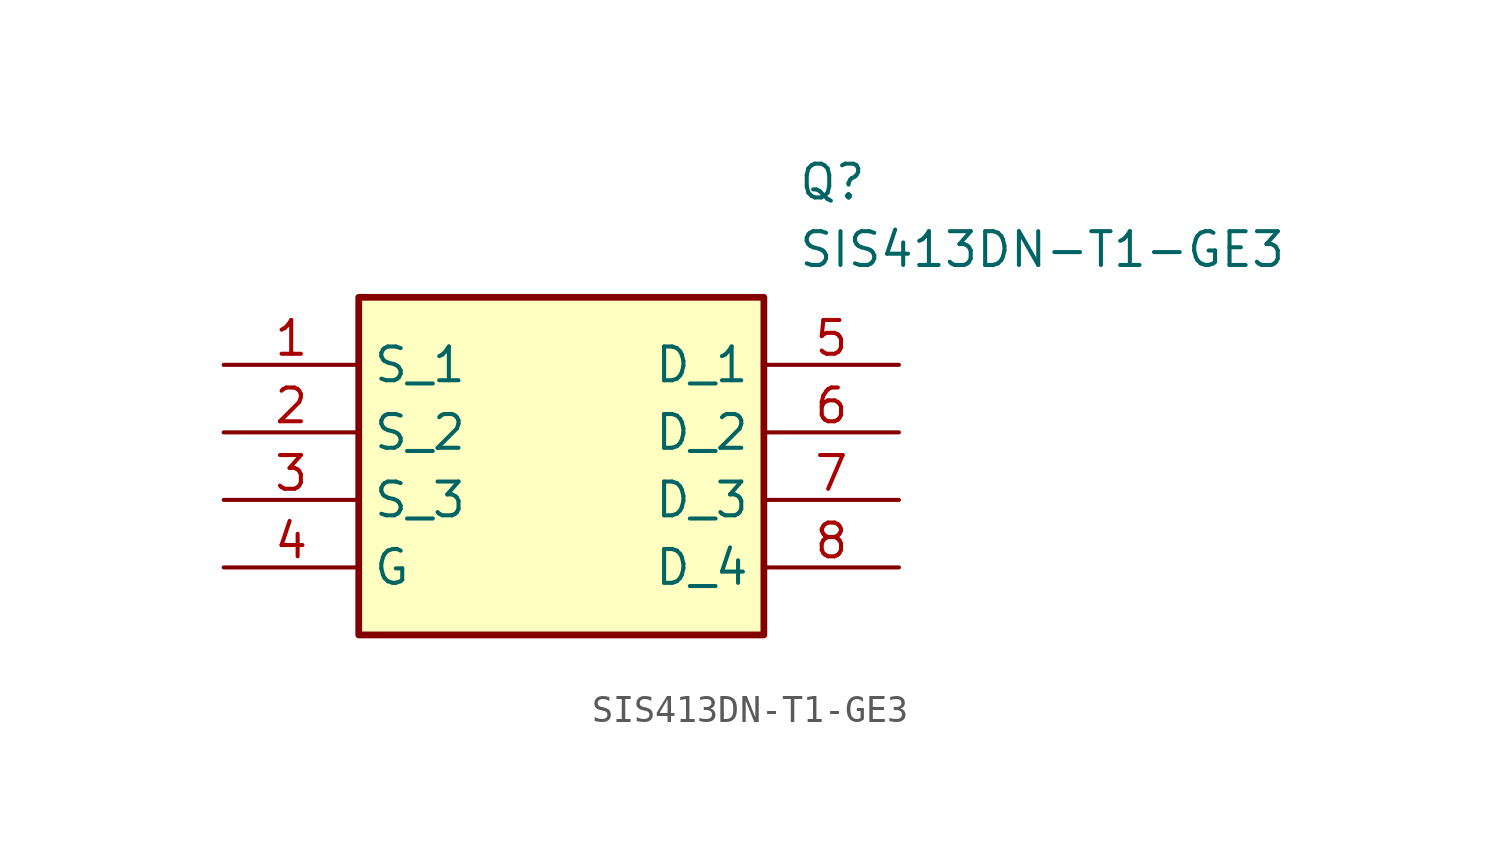
<source format=kicad_sym>
(kicad_symbol_lib
  (version 20211014)
  (generator SamacSys_ECAD_Model)
  (symbol "SIS413DN-T1-GE3"
    (property "Reference" "Q"
      (at 21.59 7.62 0)
      (effects (font (size 1.27 1.27)) (justify left top)))
    (property "Value" "SIS413DN-T1-GE3"
      (at 21.59 5.08 0)
      (effects (font (size 1.27 1.27)) (justify left top)))
    (rectangle
      (start 5.08 2.54)
      (end 20.32 -10.16)
      (stroke (width 0.254) (type default))
      (fill (type background)))
    (pin passive line
      (at 0 0 0)
      (length 5.08)
      (name "S_1" (effects (font (size 1.27 1.27))))
      (number "1" (effects (font (size 1.27 1.27)))))
    (pin passive line
      (at 0 -2.54 0)
      (length 5.08)
      (name "S_2" (effects (font (size 1.27 1.27))))
      (number "2" (effects (font (size 1.27 1.27)))))
    (pin passive line
      (at 0 -5.08 0)
      (length 5.08)
      (name "S_3" (effects (font (size 1.27 1.27))))
      (number "3" (effects (font (size 1.27 1.27)))))
    (pin passive line
      (at 0 -7.62 0)
      (length 5.08)
      (name "G" (effects (font (size 1.27 1.27))))
      (number "4" (effects (font (size 1.27 1.27)))))
    (pin passive line
      (at 25.4 0 180)
      (length 5.08)
      (name "D_1" (effects (font (size 1.27 1.27))))
      (number "5" (effects (font (size 1.27 1.27)))))
    (pin passive line
      (at 25.4 -2.54 180)
      (length 5.08)
      (name "D_2" (effects (font (size 1.27 1.27))))
      (number "6" (effects (font (size 1.27 1.27)))))
    (pin passive line
      (at 25.4 -5.08 180)
      (length 5.08)
      (name "D_3" (effects (font (size 1.27 1.27))))
      (number "7" (effects (font (size 1.27 1.27)))))
    (pin passive line
      (at 25.4 -7.62 180)
      (length 5.08)
      (name "D_4" (effects (font (size 1.27 1.27))))
      (number "8" (effects (font (size 1.27 1.27)))))))
</source>
